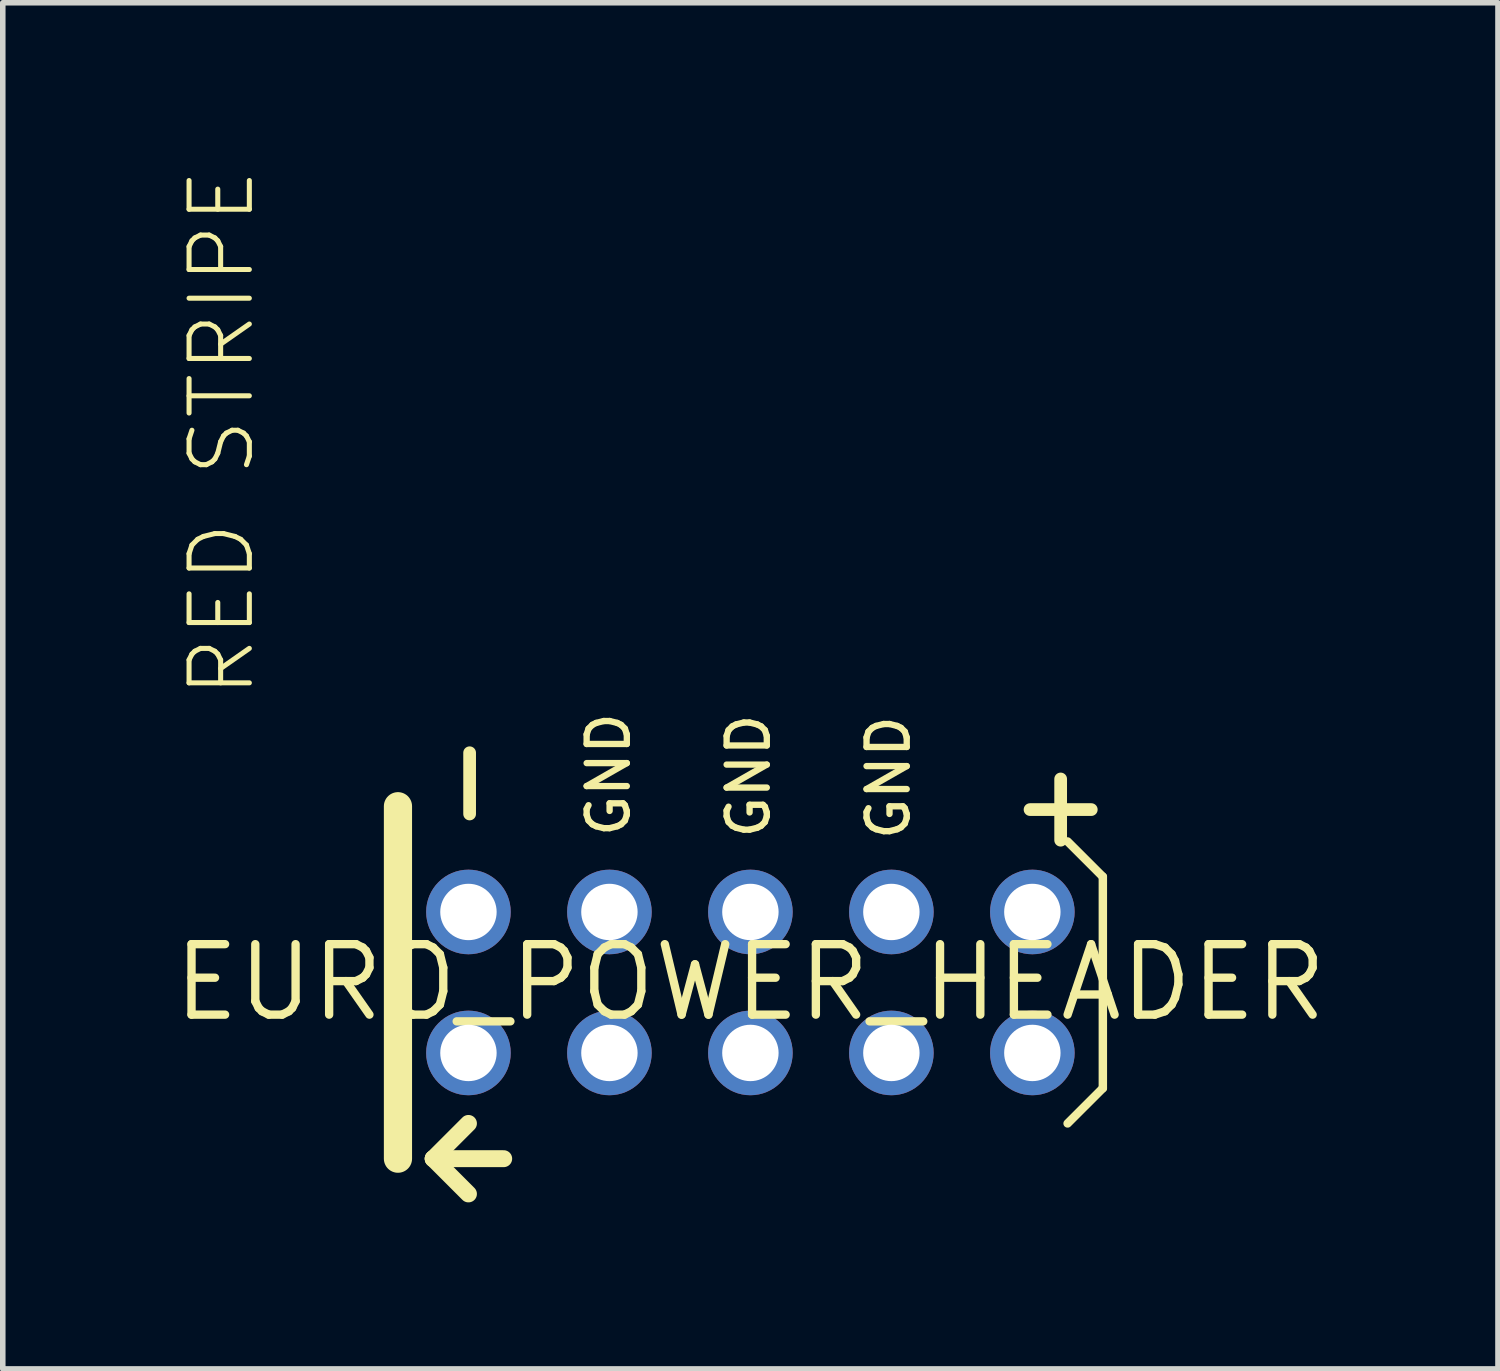
<source format=kicad_pcb>
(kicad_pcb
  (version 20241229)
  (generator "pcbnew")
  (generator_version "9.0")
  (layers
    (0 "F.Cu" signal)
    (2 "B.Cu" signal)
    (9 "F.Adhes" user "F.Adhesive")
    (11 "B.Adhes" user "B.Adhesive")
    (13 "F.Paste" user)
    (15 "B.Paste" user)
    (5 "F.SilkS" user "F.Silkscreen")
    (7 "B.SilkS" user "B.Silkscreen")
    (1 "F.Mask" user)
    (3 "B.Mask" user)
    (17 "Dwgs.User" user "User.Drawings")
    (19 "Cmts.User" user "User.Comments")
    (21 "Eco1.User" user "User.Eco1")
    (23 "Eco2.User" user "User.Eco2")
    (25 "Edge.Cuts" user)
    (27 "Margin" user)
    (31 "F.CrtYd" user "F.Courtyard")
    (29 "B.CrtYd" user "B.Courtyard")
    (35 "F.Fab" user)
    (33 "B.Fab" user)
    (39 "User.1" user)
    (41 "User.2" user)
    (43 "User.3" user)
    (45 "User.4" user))
  (footprint "EURO_POWER_HEADER"
    (layer "F.Cu")
    (at 10.47 14.651)
    (property "Reference" "EURO_POWER_HEADER" (at 0 0 0) (layer "F.SilkS") (effects (font (size 1.27 1.27) (thickness 0.15))))
    (attr through_hole)
    (fp_line (start -6.35 -3.175) (end -6.35 3.175) (stroke (width 0.508) (type solid)) (layer "F.SilkS"))
    (fp_line (start -5.715 3.175) (end -5.08 3.81) (stroke (width 0.305) (type solid)) (layer "F.SilkS"))
    (fp_line (start -5.08 2.54) (end -5.715 3.175) (stroke (width 0.305) (type solid)) (layer "F.SilkS"))
    (fp_line (start -4.445 3.175) (end -5.715 3.175) (stroke (width 0.305) (type solid)) (layer "F.SilkS"))
    (fp_line (start 5.715 -2.54) (end 6.35 -1.905) (stroke (width 0.152) (type solid)) (layer "F.SilkS"))
    (fp_line (start 6.35 -1.905) (end 6.35 1.905) (stroke (width 0.152) (type solid)) (layer "F.SilkS"))
    (fp_line (start 6.35 1.905) (end 5.715 2.54) (stroke (width 0.152) (type solid)) (layer "F.SilkS"))
    (fp_poly (pts (xy -5.334 -1.016) (xy -4.826 -1.016) (xy -4.826 -1.524) (xy -5.334 -1.524)) (stroke (width 0.1) (type solid)) (fill no) (layer "F.Fab"))
    (fp_poly (pts (xy -5.334 1.524) (xy -4.826 1.524) (xy -4.826 1.016) (xy -5.334 1.016)) (stroke (width 0.1) (type solid)) (fill no) (layer "F.Fab"))
    (fp_poly (pts (xy -2.794 -1.016) (xy -2.286 -1.016) (xy -2.286 -1.524) (xy -2.794 -1.524)) (stroke (width 0.1) (type solid)) (fill no) (layer "F.Fab"))
    (fp_poly (pts (xy -2.794 1.524) (xy -2.286 1.524) (xy -2.286 1.016) (xy -2.794 1.016)) (stroke (width 0.1) (type solid)) (fill no) (layer "F.Fab"))
    (fp_poly (pts (xy -0.254 -1.016) (xy 0.254 -1.016) (xy 0.254 -1.524) (xy -0.254 -1.524)) (stroke (width 0.1) (type solid)) (fill no) (layer "F.Fab"))
    (fp_poly (pts (xy -0.254 1.524) (xy 0.254 1.524) (xy 0.254 1.016) (xy -0.254 1.016)) (stroke (width 0.1) (type solid)) (fill no) (layer "F.Fab"))
    (fp_poly (pts (xy 2.286 -1.016) (xy 2.794 -1.016) (xy 2.794 -1.524) (xy 2.286 -1.524)) (stroke (width 0.1) (type solid)) (fill no) (layer "F.Fab"))
    (fp_poly (pts (xy 2.286 1.524) (xy 2.794 1.524) (xy 2.794 1.016) (xy 2.286 1.016)) (stroke (width 0.1) (type solid)) (fill no) (layer "F.Fab"))
    (fp_poly (pts (xy 4.826 -1.016) (xy 5.334 -1.016) (xy 5.334 -1.524) (xy 4.826 -1.524)) (stroke (width 0.1) (type solid)) (fill no) (layer "F.Fab"))
    (fp_poly (pts (xy 4.826 1.524) (xy 5.334 1.524) (xy 5.334 1.016) (xy 4.826 1.016)) (stroke (width 0.1) (type solid)) (fill no) (layer "F.Fab"))
    (fp_text user "GND" (at 0.39 -2.54 90) (layer "F.SilkS") (effects (font (size 0.724 0.724) (thickness 0.114)) (justify left bottom)))
    (fp_text user "RED STRIPE" (at -8.89 -5.08 270) (layer "F.SilkS") (effects (font (size 1.086 1.086) (thickness 0.091)) (justify left bottom)))
    (fp_text user "GND" (at -2.132 -2.567 90) (layer "F.SilkS") (effects (font (size 0.724 0.724) (thickness 0.114)) (justify left bottom)))
    (fp_text user "+" (at 4.543 -2.374 0) (layer "F.SilkS") (effects (font (size 1.448 1.448) (thickness 0.229)) (justify left bottom)))
    (fp_text user "-" (at -4.318 -2.54 90) (layer "F.SilkS") (effects (font (size 1.448 1.448) (thickness 0.229)) (justify left bottom)))
    (fp_text user "GND" (at 2.911 -2.513 90) (layer "F.SilkS") (effects (font (size 0.724 0.724) (thickness 0.114)) (justify left bottom)))
    (pad "1" thru_hole circle (at -5.08 1.27) (size 1.524 1.524) (drill 1.016) (layers "*.Cu" "*.Mask"))
    (pad "2" thru_hole circle (at -5.08 -1.27) (size 1.524 1.524) (drill 1.016) (layers "*.Cu" "*.Mask"))
    (pad "3" thru_hole circle (at -2.54 1.27) (size 1.524 1.524) (drill 1.016) (layers "*.Cu" "*.Mask"))
    (pad "4" thru_hole circle (at -2.54 -1.27) (size 1.524 1.524) (drill 1.016) (layers "*.Cu" "*.Mask"))
    (pad "5" thru_hole circle (at 0 1.27) (size 1.524 1.524) (drill 1.016) (layers "*.Cu" "*.Mask"))
    (pad "6" thru_hole circle (at 0 -1.27) (size 1.524 1.524) (drill 1.016) (layers "*.Cu" "*.Mask"))
    (pad "7" thru_hole circle (at 2.54 1.27) (size 1.524 1.524) (drill 1.016) (layers "*.Cu" "*.Mask"))
    (pad "8" thru_hole circle (at 2.54 -1.27) (size 1.524 1.524) (drill 1.016) (layers "*.Cu" "*.Mask"))
    (pad "9" thru_hole circle (at 5.08 1.27) (size 1.524 1.524) (drill 1.016) (layers "*.Cu" "*.Mask"))
    (pad "10" thru_hole circle (at 5.08 -1.27) (size 1.524 1.524) (drill 1.016) (layers "*.Cu" "*.Mask")))
  (gr_rect
    (start -3 -3)
    (end 23.939 21.614)
    (stroke (width 0.1) (type default))
    (fill no)
    (layer "Edge.Cuts")))
</source>
